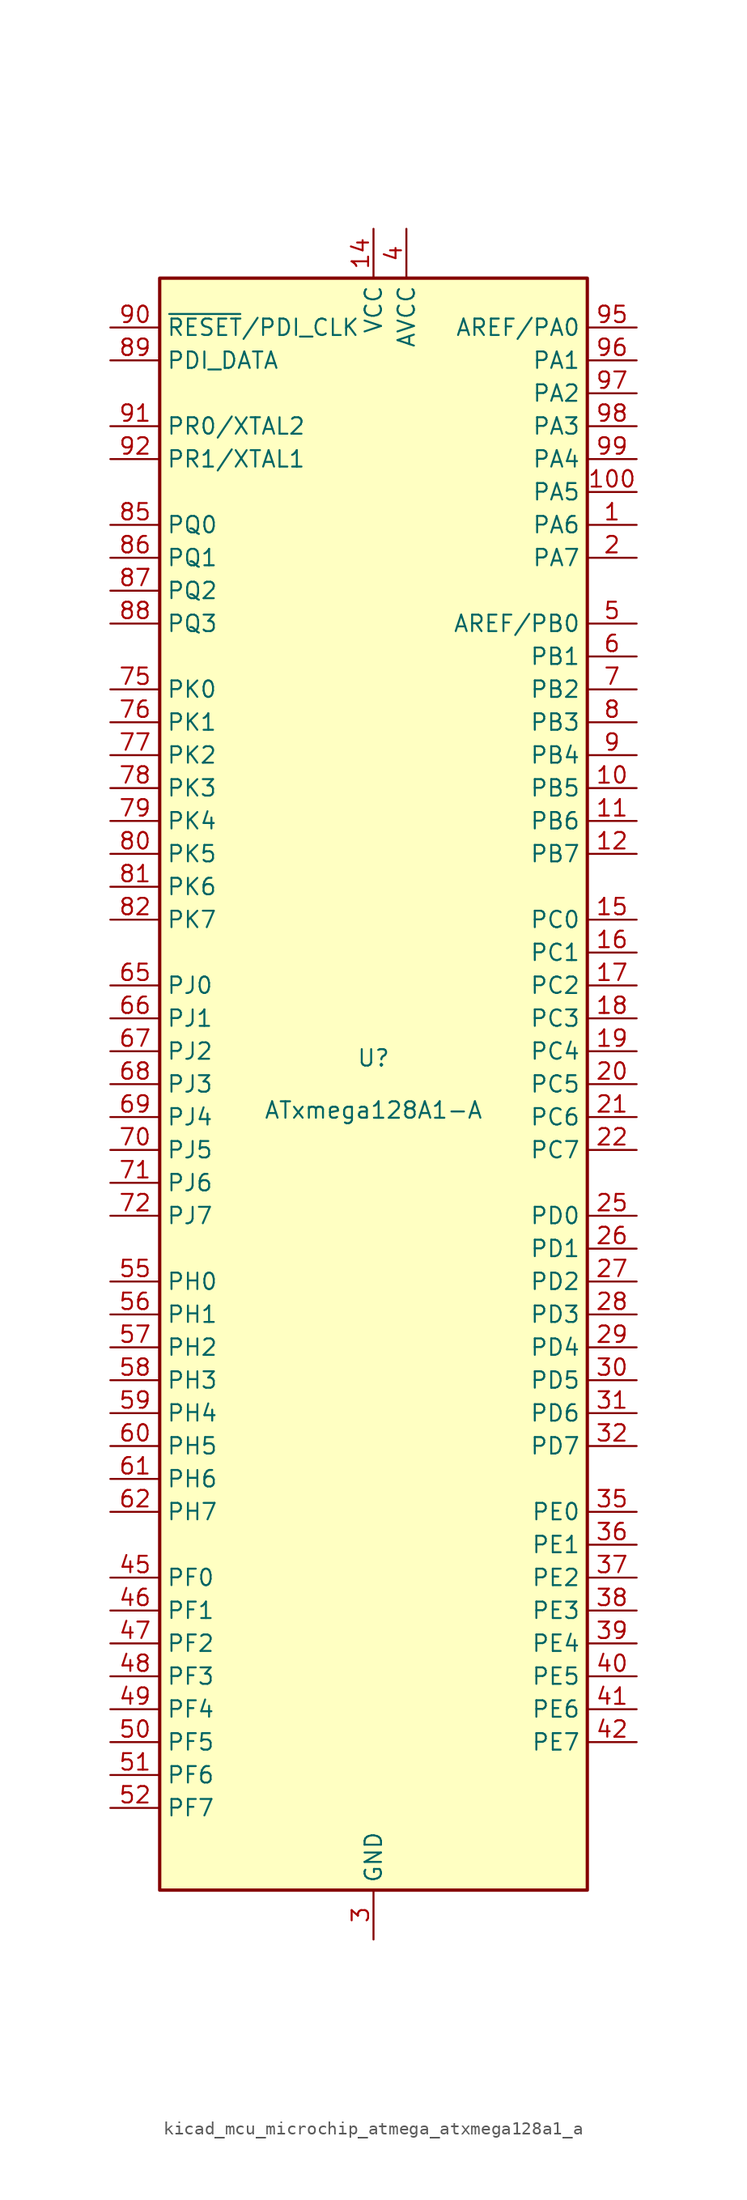
<source format=kicad_sym>
(kicad_symbol_lib
  (version 20220914)
  (generator kicad_symbol_editor)
  (symbol "kicad_mcu_microchip_atmega_atxmega128a1_a"
    (property "Reference" "U"
      (at 0 1.27 0)
      (effects (font (size 1.27 1.27)) (justify bottom)))
    (property "Value" "ATxmega128A1-A"
      (at 0 -1.27 0)
      (effects (font (size 1.27 1.27)) (justify top)))
    (symbol "kicad_mcu_microchip_atmega_atxmega128a1_a_0_1"
      (rectangle (start -16.51 -62.23) (end 16.51 62.23) (stroke (width 0.254) (type default)) (fill (type background))))
    (symbol "kicad_mcu_microchip_atmega_atxmega128a1_a_1_1"
      (pin bidirectional line (at 20.32 43.18 180) (length 3.81) (name "PA6" (effects (font (size 1.27 1.27)))) (number "1" (effects (font (size 1.27 1.27)))))
      (pin bidirectional line (at 20.32 22.86 180) (length 3.81) (name "PB5" (effects (font (size 1.27 1.27)))) (number "10" (effects (font (size 1.27 1.27)))))
      (pin bidirectional line (at 20.32 45.72 180) (length 3.81) (name "PA5" (effects (font (size 1.27 1.27)))) (number "100" (effects (font (size 1.27 1.27)))))
      (pin bidirectional line (at 20.32 20.32 180) (length 3.81) (name "PB6" (effects (font (size 1.27 1.27)))) (number "11" (effects (font (size 1.27 1.27)))))
      (pin bidirectional line (at 20.32 17.78 180) (length 3.81) (name "PB7" (effects (font (size 1.27 1.27)))) (number "12" (effects (font (size 1.27 1.27)))))
      (pin passive line (at 0 -66.04 90) (length 3.81) hide (name "GND" (effects (font (size 1.27 1.27)))) (number "13" (effects (font (size 1.27 1.27)))))
      (pin power_in line (at 0 66.04 270) (length 3.81) (name "VCC" (effects (font (size 1.27 1.27)))) (number "14" (effects (font (size 1.27 1.27)))))
      (pin bidirectional line (at 20.32 12.7 180) (length 3.81) (name "PC0" (effects (font (size 1.27 1.27)))) (number "15" (effects (font (size 1.27 1.27)))))
      (pin bidirectional line (at 20.32 10.16 180) (length 3.81) (name "PC1" (effects (font (size 1.27 1.27)))) (number "16" (effects (font (size 1.27 1.27)))))
      (pin bidirectional line (at 20.32 7.62 180) (length 3.81) (name "PC2" (effects (font (size 1.27 1.27)))) (number "17" (effects (font (size 1.27 1.27)))))
      (pin bidirectional line (at 20.32 5.08 180) (length 3.81) (name "PC3" (effects (font (size 1.27 1.27)))) (number "18" (effects (font (size 1.27 1.27)))))
      (pin bidirectional line (at 20.32 2.54 180) (length 3.81) (name "PC4" (effects (font (size 1.27 1.27)))) (number "19" (effects (font (size 1.27 1.27)))))
      (pin bidirectional line (at 20.32 40.64 180) (length 3.81) (name "PA7" (effects (font (size 1.27 1.27)))) (number "2" (effects (font (size 1.27 1.27)))))
      (pin bidirectional line (at 20.32 0 180) (length 3.81) (name "PC5" (effects (font (size 1.27 1.27)))) (number "20" (effects (font (size 1.27 1.27)))))
      (pin bidirectional line (at 20.32 -2.54 180) (length 3.81) (name "PC6" (effects (font (size 1.27 1.27)))) (number "21" (effects (font (size 1.27 1.27)))))
      (pin bidirectional line (at 20.32 -5.08 180) (length 3.81) (name "PC7" (effects (font (size 1.27 1.27)))) (number "22" (effects (font (size 1.27 1.27)))))
      (pin passive line (at 0 -66.04 90) (length 3.81) hide (name "GND" (effects (font (size 1.27 1.27)))) (number "23" (effects (font (size 1.27 1.27)))))
      (pin passive line (at 0 66.04 270) (length 3.81) hide (name "VCC" (effects (font (size 1.27 1.27)))) (number "24" (effects (font (size 1.27 1.27)))))
      (pin bidirectional line (at 20.32 -10.16 180) (length 3.81) (name "PD0" (effects (font (size 1.27 1.27)))) (number "25" (effects (font (size 1.27 1.27)))))
      (pin bidirectional line (at 20.32 -12.7 180) (length 3.81) (name "PD1" (effects (font (size 1.27 1.27)))) (number "26" (effects (font (size 1.27 1.27)))))
      (pin bidirectional line (at 20.32 -15.24 180) (length 3.81) (name "PD2" (effects (font (size 1.27 1.27)))) (number "27" (effects (font (size 1.27 1.27)))))
      (pin bidirectional line (at 20.32 -17.78 180) (length 3.81) (name "PD3" (effects (font (size 1.27 1.27)))) (number "28" (effects (font (size 1.27 1.27)))))
      (pin bidirectional line (at 20.32 -20.32 180) (length 3.81) (name "PD4" (effects (font (size 1.27 1.27)))) (number "29" (effects (font (size 1.27 1.27)))))
      (pin power_in line (at 0 -66.04 90) (length 3.81) (name "GND" (effects (font (size 1.27 1.27)))) (number "3" (effects (font (size 1.27 1.27)))))
      (pin bidirectional line (at 20.32 -22.86 180) (length 3.81) (name "PD5" (effects (font (size 1.27 1.27)))) (number "30" (effects (font (size 1.27 1.27)))))
      (pin bidirectional line (at 20.32 -25.4 180) (length 3.81) (name "PD6" (effects (font (size 1.27 1.27)))) (number "31" (effects (font (size 1.27 1.27)))))
      (pin bidirectional line (at 20.32 -27.94 180) (length 3.81) (name "PD7" (effects (font (size 1.27 1.27)))) (number "32" (effects (font (size 1.27 1.27)))))
      (pin passive line (at 0 -66.04 90) (length 3.81) hide (name "GND" (effects (font (size 1.27 1.27)))) (number "33" (effects (font (size 1.27 1.27)))))
      (pin passive line (at 0 66.04 270) (length 3.81) hide (name "VCC" (effects (font (size 1.27 1.27)))) (number "34" (effects (font (size 1.27 1.27)))))
      (pin bidirectional line (at 20.32 -33.02 180) (length 3.81) (name "PE0" (effects (font (size 1.27 1.27)))) (number "35" (effects (font (size 1.27 1.27)))))
      (pin bidirectional line (at 20.32 -35.56 180) (length 3.81) (name "PE1" (effects (font (size 1.27 1.27)))) (number "36" (effects (font (size 1.27 1.27)))))
      (pin bidirectional line (at 20.32 -38.1 180) (length 3.81) (name "PE2" (effects (font (size 1.27 1.27)))) (number "37" (effects (font (size 1.27 1.27)))))
      (pin bidirectional line (at 20.32 -40.64 180) (length 3.81) (name "PE3" (effects (font (size 1.27 1.27)))) (number "38" (effects (font (size 1.27 1.27)))))
      (pin bidirectional line (at 20.32 -43.18 180) (length 3.81) (name "PE4" (effects (font (size 1.27 1.27)))) (number "39" (effects (font (size 1.27 1.27)))))
      (pin power_in line (at 2.54 66.04 270) (length 3.81) (name "AVCC" (effects (font (size 1.27 1.27)))) (number "4" (effects (font (size 1.27 1.27)))))
      (pin bidirectional line (at 20.32 -45.72 180) (length 3.81) (name "PE5" (effects (font (size 1.27 1.27)))) (number "40" (effects (font (size 1.27 1.27)))))
      (pin bidirectional line (at 20.32 -48.26 180) (length 3.81) (name "PE6" (effects (font (size 1.27 1.27)))) (number "41" (effects (font (size 1.27 1.27)))))
      (pin bidirectional line (at 20.32 -50.8 180) (length 3.81) (name "PE7" (effects (font (size 1.27 1.27)))) (number "42" (effects (font (size 1.27 1.27)))))
      (pin passive line (at 0 -66.04 90) (length 3.81) hide (name "GND" (effects (font (size 1.27 1.27)))) (number "43" (effects (font (size 1.27 1.27)))))
      (pin passive line (at 0 66.04 270) (length 3.81) hide (name "VCC" (effects (font (size 1.27 1.27)))) (number "44" (effects (font (size 1.27 1.27)))))
      (pin bidirectional line (at -20.32 -38.1 0) (length 3.81) (name "PF0" (effects (font (size 1.27 1.27)))) (number "45" (effects (font (size 1.27 1.27)))))
      (pin bidirectional line (at -20.32 -40.64 0) (length 3.81) (name "PF1" (effects (font (size 1.27 1.27)))) (number "46" (effects (font (size 1.27 1.27)))))
      (pin bidirectional line (at -20.32 -43.18 0) (length 3.81) (name "PF2" (effects (font (size 1.27 1.27)))) (number "47" (effects (font (size 1.27 1.27)))))
      (pin bidirectional line (at -20.32 -45.72 0) (length 3.81) (name "PF3" (effects (font (size 1.27 1.27)))) (number "48" (effects (font (size 1.27 1.27)))))
      (pin bidirectional line (at -20.32 -48.26 0) (length 3.81) (name "PF4" (effects (font (size 1.27 1.27)))) (number "49" (effects (font (size 1.27 1.27)))))
      (pin bidirectional line (at 20.32 35.56 180) (length 3.81) (name "AREF/PB0" (effects (font (size 1.27 1.27)))) (number "5" (effects (font (size 1.27 1.27)))))
      (pin bidirectional line (at -20.32 -50.8 0) (length 3.81) (name "PF5" (effects (font (size 1.27 1.27)))) (number "50" (effects (font (size 1.27 1.27)))))
      (pin bidirectional line (at -20.32 -53.34 0) (length 3.81) (name "PF6" (effects (font (size 1.27 1.27)))) (number "51" (effects (font (size 1.27 1.27)))))
      (pin bidirectional line (at -20.32 -55.88 0) (length 3.81) (name "PF7" (effects (font (size 1.27 1.27)))) (number "52" (effects (font (size 1.27 1.27)))))
      (pin passive line (at 0 -66.04 90) (length 3.81) hide (name "GND" (effects (font (size 1.27 1.27)))) (number "53" (effects (font (size 1.27 1.27)))))
      (pin passive line (at 0 66.04 270) (length 3.81) hide (name "VCC" (effects (font (size 1.27 1.27)))) (number "54" (effects (font (size 1.27 1.27)))))
      (pin bidirectional line (at -20.32 -15.24 0) (length 3.81) (name "PH0" (effects (font (size 1.27 1.27)))) (number "55" (effects (font (size 1.27 1.27)))))
      (pin bidirectional line (at -20.32 -17.78 0) (length 3.81) (name "PH1" (effects (font (size 1.27 1.27)))) (number "56" (effects (font (size 1.27 1.27)))))
      (pin bidirectional line (at -20.32 -20.32 0) (length 3.81) (name "PH2" (effects (font (size 1.27 1.27)))) (number "57" (effects (font (size 1.27 1.27)))))
      (pin bidirectional line (at -20.32 -22.86 0) (length 3.81) (name "PH3" (effects (font (size 1.27 1.27)))) (number "58" (effects (font (size 1.27 1.27)))))
      (pin bidirectional line (at -20.32 -25.4 0) (length 3.81) (name "PH4" (effects (font (size 1.27 1.27)))) (number "59" (effects (font (size 1.27 1.27)))))
      (pin bidirectional line (at 20.32 33.02 180) (length 3.81) (name "PB1" (effects (font (size 1.27 1.27)))) (number "6" (effects (font (size 1.27 1.27)))))
      (pin bidirectional line (at -20.32 -27.94 0) (length 3.81) (name "PH5" (effects (font (size 1.27 1.27)))) (number "60" (effects (font (size 1.27 1.27)))))
      (pin bidirectional line (at -20.32 -30.48 0) (length 3.81) (name "PH6" (effects (font (size 1.27 1.27)))) (number "61" (effects (font (size 1.27 1.27)))))
      (pin bidirectional line (at -20.32 -33.02 0) (length 3.81) (name "PH7" (effects (font (size 1.27 1.27)))) (number "62" (effects (font (size 1.27 1.27)))))
      (pin passive line (at 0 -66.04 90) (length 3.81) hide (name "GND" (effects (font (size 1.27 1.27)))) (number "63" (effects (font (size 1.27 1.27)))))
      (pin passive line (at 0 66.04 270) (length 3.81) hide (name "VCC" (effects (font (size 1.27 1.27)))) (number "64" (effects (font (size 1.27 1.27)))))
      (pin bidirectional line (at -20.32 7.62 0) (length 3.81) (name "PJ0" (effects (font (size 1.27 1.27)))) (number "65" (effects (font (size 1.27 1.27)))))
      (pin bidirectional line (at -20.32 5.08 0) (length 3.81) (name "PJ1" (effects (font (size 1.27 1.27)))) (number "66" (effects (font (size 1.27 1.27)))))
      (pin bidirectional line (at -20.32 2.54 0) (length 3.81) (name "PJ2" (effects (font (size 1.27 1.27)))) (number "67" (effects (font (size 1.27 1.27)))))
      (pin bidirectional line (at -20.32 0 0) (length 3.81) (name "PJ3" (effects (font (size 1.27 1.27)))) (number "68" (effects (font (size 1.27 1.27)))))
      (pin bidirectional line (at -20.32 -2.54 0) (length 3.81) (name "PJ4" (effects (font (size 1.27 1.27)))) (number "69" (effects (font (size 1.27 1.27)))))
      (pin bidirectional line (at 20.32 30.48 180) (length 3.81) (name "PB2" (effects (font (size 1.27 1.27)))) (number "7" (effects (font (size 1.27 1.27)))))
      (pin bidirectional line (at -20.32 -5.08 0) (length 3.81) (name "PJ5" (effects (font (size 1.27 1.27)))) (number "70" (effects (font (size 1.27 1.27)))))
      (pin bidirectional line (at -20.32 -7.62 0) (length 3.81) (name "PJ6" (effects (font (size 1.27 1.27)))) (number "71" (effects (font (size 1.27 1.27)))))
      (pin bidirectional line (at -20.32 -10.16 0) (length 3.81) (name "PJ7" (effects (font (size 1.27 1.27)))) (number "72" (effects (font (size 1.27 1.27)))))
      (pin passive line (at 0 -66.04 90) (length 3.81) hide (name "GND" (effects (font (size 1.27 1.27)))) (number "73" (effects (font (size 1.27 1.27)))))
      (pin passive line (at 0 66.04 270) (length 3.81) hide (name "VCC" (effects (font (size 1.27 1.27)))) (number "74" (effects (font (size 1.27 1.27)))))
      (pin bidirectional line (at -20.32 30.48 0) (length 3.81) (name "PK0" (effects (font (size 1.27 1.27)))) (number "75" (effects (font (size 1.27 1.27)))))
      (pin bidirectional line (at -20.32 27.94 0) (length 3.81) (name "PK1" (effects (font (size 1.27 1.27)))) (number "76" (effects (font (size 1.27 1.27)))))
      (pin bidirectional line (at -20.32 25.4 0) (length 3.81) (name "PK2" (effects (font (size 1.27 1.27)))) (number "77" (effects (font (size 1.27 1.27)))))
      (pin bidirectional line (at -20.32 22.86 0) (length 3.81) (name "PK3" (effects (font (size 1.27 1.27)))) (number "78" (effects (font (size 1.27 1.27)))))
      (pin bidirectional line (at -20.32 20.32 0) (length 3.81) (name "PK4" (effects (font (size 1.27 1.27)))) (number "79" (effects (font (size 1.27 1.27)))))
      (pin bidirectional line (at 20.32 27.94 180) (length 3.81) (name "PB3" (effects (font (size 1.27 1.27)))) (number "8" (effects (font (size 1.27 1.27)))))
      (pin bidirectional line (at -20.32 17.78 0) (length 3.81) (name "PK5" (effects (font (size 1.27 1.27)))) (number "80" (effects (font (size 1.27 1.27)))))
      (pin bidirectional line (at -20.32 15.24 0) (length 3.81) (name "PK6" (effects (font (size 1.27 1.27)))) (number "81" (effects (font (size 1.27 1.27)))))
      (pin bidirectional line (at -20.32 12.7 0) (length 3.81) (name "PK7" (effects (font (size 1.27 1.27)))) (number "82" (effects (font (size 1.27 1.27)))))
      (pin passive line (at 0 66.04 270) (length 3.81) hide (name "VCC" (effects (font (size 1.27 1.27)))) (number "83" (effects (font (size 1.27 1.27)))))
      (pin passive line (at 0 -66.04 90) (length 3.81) hide (name "GND" (effects (font (size 1.27 1.27)))) (number "84" (effects (font (size 1.27 1.27)))))
      (pin bidirectional line (at -20.32 43.18 0) (length 3.81) (name "PQ0" (effects (font (size 1.27 1.27)))) (number "85" (effects (font (size 1.27 1.27)))))
      (pin bidirectional line (at -20.32 40.64 0) (length 3.81) (name "PQ1" (effects (font (size 1.27 1.27)))) (number "86" (effects (font (size 1.27 1.27)))))
      (pin bidirectional line (at -20.32 38.1 0) (length 3.81) (name "PQ2" (effects (font (size 1.27 1.27)))) (number "87" (effects (font (size 1.27 1.27)))))
      (pin bidirectional line (at -20.32 35.56 0) (length 3.81) (name "PQ3" (effects (font (size 1.27 1.27)))) (number "88" (effects (font (size 1.27 1.27)))))
      (pin bidirectional line (at -20.32 55.88 0) (length 3.81) (name "PDI_DATA" (effects (font (size 1.27 1.27)))) (number "89" (effects (font (size 1.27 1.27)))))
      (pin bidirectional line (at 20.32 25.4 180) (length 3.81) (name "PB4" (effects (font (size 1.27 1.27)))) (number "9" (effects (font (size 1.27 1.27)))))
      (pin input line (at -20.32 58.42 0) (length 3.81) (name "~{RESET}/PDI_CLK" (effects (font (size 1.27 1.27)))) (number "90" (effects (font (size 1.27 1.27)))))
      (pin bidirectional line (at -20.32 50.8 0) (length 3.81) (name "PR0/XTAL2" (effects (font (size 1.27 1.27)))) (number "91" (effects (font (size 1.27 1.27)))))
      (pin bidirectional line (at -20.32 48.26 0) (length 3.81) (name "PR1/XTAL1" (effects (font (size 1.27 1.27)))) (number "92" (effects (font (size 1.27 1.27)))))
      (pin passive line (at 0 -66.04 90) (length 3.81) hide (name "GND" (effects (font (size 1.27 1.27)))) (number "93" (effects (font (size 1.27 1.27)))))
      (pin passive line (at 2.54 66.04 270) (length 3.81) hide (name "AVCC" (effects (font (size 1.27 1.27)))) (number "94" (effects (font (size 1.27 1.27)))))
      (pin bidirectional line (at 20.32 58.42 180) (length 3.81) (name "AREF/PA0" (effects (font (size 1.27 1.27)))) (number "95" (effects (font (size 1.27 1.27)))))
      (pin bidirectional line (at 20.32 55.88 180) (length 3.81) (name "PA1" (effects (font (size 1.27 1.27)))) (number "96" (effects (font (size 1.27 1.27)))))
      (pin bidirectional line (at 20.32 53.34 180) (length 3.81) (name "PA2" (effects (font (size 1.27 1.27)))) (number "97" (effects (font (size 1.27 1.27)))))
      (pin bidirectional line (at 20.32 50.8 180) (length 3.81) (name "PA3" (effects (font (size 1.27 1.27)))) (number "98" (effects (font (size 1.27 1.27)))))
      (pin bidirectional line (at 20.32 48.26 180) (length 3.81) (name "PA4" (effects (font (size 1.27 1.27)))) (number "99" (effects (font (size 1.27 1.27))))))))
</source>
